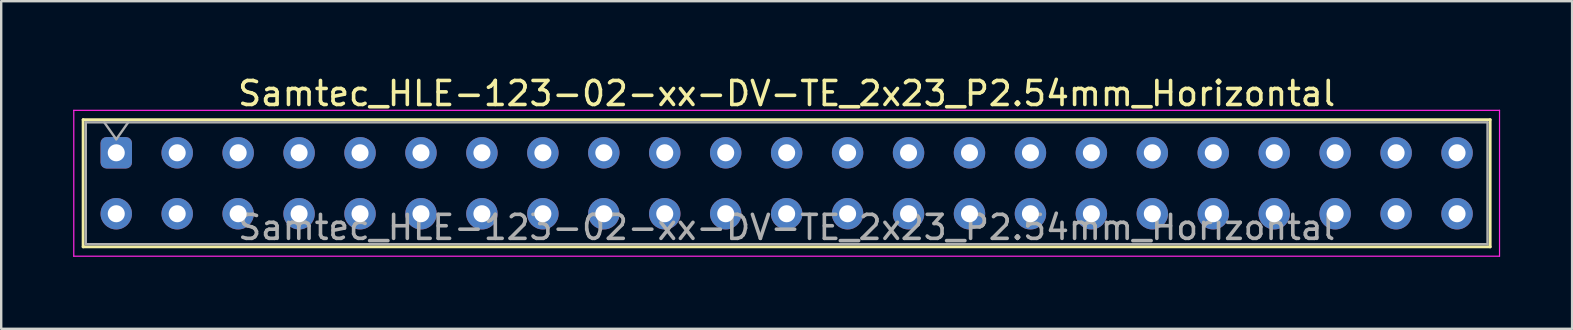
<source format=kicad_pcb>
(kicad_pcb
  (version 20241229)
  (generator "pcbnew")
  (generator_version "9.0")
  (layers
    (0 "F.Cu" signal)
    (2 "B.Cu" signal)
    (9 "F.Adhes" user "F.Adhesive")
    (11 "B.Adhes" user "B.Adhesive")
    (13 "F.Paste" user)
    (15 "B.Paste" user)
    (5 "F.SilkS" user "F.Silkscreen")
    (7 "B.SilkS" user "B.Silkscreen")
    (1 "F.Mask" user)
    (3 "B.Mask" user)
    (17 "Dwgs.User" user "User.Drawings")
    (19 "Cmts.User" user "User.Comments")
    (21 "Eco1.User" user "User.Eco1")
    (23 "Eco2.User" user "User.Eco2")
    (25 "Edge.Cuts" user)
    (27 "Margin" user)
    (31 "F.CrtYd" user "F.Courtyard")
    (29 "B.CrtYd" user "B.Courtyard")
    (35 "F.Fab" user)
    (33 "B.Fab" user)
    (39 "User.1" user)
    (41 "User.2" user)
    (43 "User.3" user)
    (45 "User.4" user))
  (footprint "Samtec_HLE-123-02-xx-DV-TE_2x23_P2.54mm_Horizontal"
    (layer "F.Cu")
    (at 1.795 3.318)
    (property "Reference" "Samtec_HLE-123-02-xx-DV-TE_2x23_P2.54mm_Horizontal" (at 27.94 -2.47 0) (layer "F.SilkS") (effects (font (size 1 1) (thickness 0.15))))
    (attr through_hole)
    (fp_line (start -1.38 -1.38) (end 57.26 -1.38) (stroke (width 0.12) (type solid)) (layer "F.SilkS"))
    (fp_line (start -1.38 3.92) (end -1.38 -1.38) (stroke (width 0.12) (type solid)) (layer "F.SilkS"))
    (fp_line (start 57.26 -1.38) (end 57.26 3.92) (stroke (width 0.12) (type solid)) (layer "F.SilkS"))
    (fp_line (start 57.26 3.92) (end -1.38 3.92) (stroke (width 0.12) (type solid)) (layer "F.SilkS"))
    (fp_line (start -1.77 -1.77) (end 57.65 -1.77) (stroke (width 0.05) (type solid)) (layer "F.CrtYd"))
    (fp_line (start -1.77 4.31) (end -1.77 -1.77) (stroke (width 0.05) (type solid)) (layer "F.CrtYd"))
    (fp_line (start 57.65 -1.77) (end 57.65 4.31) (stroke (width 0.05) (type solid)) (layer "F.CrtYd"))
    (fp_line (start 57.65 4.31) (end -1.77 4.31) (stroke (width 0.05) (type solid)) (layer "F.CrtYd"))
    (fp_line (start -1.27 -1.27) (end 57.15 -1.27) (stroke (width 0.1) (type solid)) (layer "F.Fab"))
    (fp_line (start -1.27 3.81) (end -1.27 -1.27) (stroke (width 0.1) (type solid)) (layer "F.Fab"))
    (fp_line (start -0.5 -1.27) (end 0 -0.563) (stroke (width 0.1) (type solid)) (layer "F.Fab"))
    (fp_line (start 0 -0.563) (end 0.5 -1.27) (stroke (width 0.1) (type solid)) (layer "F.Fab"))
    (fp_line (start 57.15 -1.27) (end 57.15 3.81) (stroke (width 0.1) (type solid)) (layer "F.Fab"))
    (fp_line (start 57.15 3.81) (end -1.27 3.81) (stroke (width 0.1) (type solid)) (layer "F.Fab"))
    (fp_text user "${REFERENCE}" (at 27.94 3.11 0) (layer "F.Fab") (effects (font (size 1 1) (thickness 0.15))))
    (pad "1" thru_hole roundrect (at 0 0) (size 1.31 1.31) (drill 0.71) (layers "*.Cu" "*.Mask") (roundrect_rratio 0.191))
    (pad "2" thru_hole circle (at 0 2.54) (size 1.31 1.31) (drill 0.71) (layers "*.Cu" "*.Mask"))
    (pad "3" thru_hole circle (at 2.54 0) (size 1.31 1.31) (drill 0.71) (layers "*.Cu" "*.Mask"))
    (pad "4" thru_hole circle (at 2.54 2.54) (size 1.31 1.31) (drill 0.71) (layers "*.Cu" "*.Mask"))
    (pad "5" thru_hole circle (at 5.08 0) (size 1.31 1.31) (drill 0.71) (layers "*.Cu" "*.Mask"))
    (pad "6" thru_hole circle (at 5.08 2.54) (size 1.31 1.31) (drill 0.71) (layers "*.Cu" "*.Mask"))
    (pad "7" thru_hole circle (at 7.62 0) (size 1.31 1.31) (drill 0.71) (layers "*.Cu" "*.Mask"))
    (pad "8" thru_hole circle (at 7.62 2.54) (size 1.31 1.31) (drill 0.71) (layers "*.Cu" "*.Mask"))
    (pad "9" thru_hole circle (at 10.16 0) (size 1.31 1.31) (drill 0.71) (layers "*.Cu" "*.Mask"))
    (pad "10" thru_hole circle (at 10.16 2.54) (size 1.31 1.31) (drill 0.71) (layers "*.Cu" "*.Mask"))
    (pad "11" thru_hole circle (at 12.7 0) (size 1.31 1.31) (drill 0.71) (layers "*.Cu" "*.Mask"))
    (pad "12" thru_hole circle (at 12.7 2.54) (size 1.31 1.31) (drill 0.71) (layers "*.Cu" "*.Mask"))
    (pad "13" thru_hole circle (at 15.24 0) (size 1.31 1.31) (drill 0.71) (layers "*.Cu" "*.Mask"))
    (pad "14" thru_hole circle (at 15.24 2.54) (size 1.31 1.31) (drill 0.71) (layers "*.Cu" "*.Mask"))
    (pad "15" thru_hole circle (at 17.78 0) (size 1.31 1.31) (drill 0.71) (layers "*.Cu" "*.Mask"))
    (pad "16" thru_hole circle (at 17.78 2.54) (size 1.31 1.31) (drill 0.71) (layers "*.Cu" "*.Mask"))
    (pad "17" thru_hole circle (at 20.32 0) (size 1.31 1.31) (drill 0.71) (layers "*.Cu" "*.Mask"))
    (pad "18" thru_hole circle (at 20.32 2.54) (size 1.31 1.31) (drill 0.71) (layers "*.Cu" "*.Mask"))
    (pad "19" thru_hole circle (at 22.86 0) (size 1.31 1.31) (drill 0.71) (layers "*.Cu" "*.Mask"))
    (pad "20" thru_hole circle (at 22.86 2.54) (size 1.31 1.31) (drill 0.71) (layers "*.Cu" "*.Mask"))
    (pad "21" thru_hole circle (at 25.4 0) (size 1.31 1.31) (drill 0.71) (layers "*.Cu" "*.Mask"))
    (pad "22" thru_hole circle (at 25.4 2.54) (size 1.31 1.31) (drill 0.71) (layers "*.Cu" "*.Mask"))
    (pad "23" thru_hole circle (at 27.94 0) (size 1.31 1.31) (drill 0.71) (layers "*.Cu" "*.Mask"))
    (pad "24" thru_hole circle (at 27.94 2.54) (size 1.31 1.31) (drill 0.71) (layers "*.Cu" "*.Mask"))
    (pad "25" thru_hole circle (at 30.48 0) (size 1.31 1.31) (drill 0.71) (layers "*.Cu" "*.Mask"))
    (pad "26" thru_hole circle (at 30.48 2.54) (size 1.31 1.31) (drill 0.71) (layers "*.Cu" "*.Mask"))
    (pad "27" thru_hole circle (at 33.02 0) (size 1.31 1.31) (drill 0.71) (layers "*.Cu" "*.Mask"))
    (pad "28" thru_hole circle (at 33.02 2.54) (size 1.31 1.31) (drill 0.71) (layers "*.Cu" "*.Mask"))
    (pad "29" thru_hole circle (at 35.56 0) (size 1.31 1.31) (drill 0.71) (layers "*.Cu" "*.Mask"))
    (pad "30" thru_hole circle (at 35.56 2.54) (size 1.31 1.31) (drill 0.71) (layers "*.Cu" "*.Mask"))
    (pad "31" thru_hole circle (at 38.1 0) (size 1.31 1.31) (drill 0.71) (layers "*.Cu" "*.Mask"))
    (pad "32" thru_hole circle (at 38.1 2.54) (size 1.31 1.31) (drill 0.71) (layers "*.Cu" "*.Mask"))
    (pad "33" thru_hole circle (at 40.64 0) (size 1.31 1.31) (drill 0.71) (layers "*.Cu" "*.Mask"))
    (pad "34" thru_hole circle (at 40.64 2.54) (size 1.31 1.31) (drill 0.71) (layers "*.Cu" "*.Mask"))
    (pad "35" thru_hole circle (at 43.18 0) (size 1.31 1.31) (drill 0.71) (layers "*.Cu" "*.Mask"))
    (pad "36" thru_hole circle (at 43.18 2.54) (size 1.31 1.31) (drill 0.71) (layers "*.Cu" "*.Mask"))
    (pad "37" thru_hole circle (at 45.72 0) (size 1.31 1.31) (drill 0.71) (layers "*.Cu" "*.Mask"))
    (pad "38" thru_hole circle (at 45.72 2.54) (size 1.31 1.31) (drill 0.71) (layers "*.Cu" "*.Mask"))
    (pad "39" thru_hole circle (at 48.26 0) (size 1.31 1.31) (drill 0.71) (layers "*.Cu" "*.Mask"))
    (pad "40" thru_hole circle (at 48.26 2.54) (size 1.31 1.31) (drill 0.71) (layers "*.Cu" "*.Mask"))
    (pad "41" thru_hole circle (at 50.8 0) (size 1.31 1.31) (drill 0.71) (layers "*.Cu" "*.Mask"))
    (pad "42" thru_hole circle (at 50.8 2.54) (size 1.31 1.31) (drill 0.71) (layers "*.Cu" "*.Mask"))
    (pad "43" thru_hole circle (at 53.34 0) (size 1.31 1.31) (drill 0.71) (layers "*.Cu" "*.Mask"))
    (pad "44" thru_hole circle (at 53.34 2.54) (size 1.31 1.31) (drill 0.71) (layers "*.Cu" "*.Mask"))
    (pad "45" thru_hole circle (at 55.88 0) (size 1.31 1.31) (drill 0.71) (layers "*.Cu" "*.Mask"))
    (pad "46" thru_hole circle (at 55.88 2.54) (size 1.31 1.31) (drill 0.71) (layers "*.Cu" "*.Mask")))
  (gr_rect
    (start -3 -3)
    (end 62.47 10.653)
    (stroke (width 0.1) (type default))
    (fill no)
    (layer "Edge.Cuts")))
</source>
